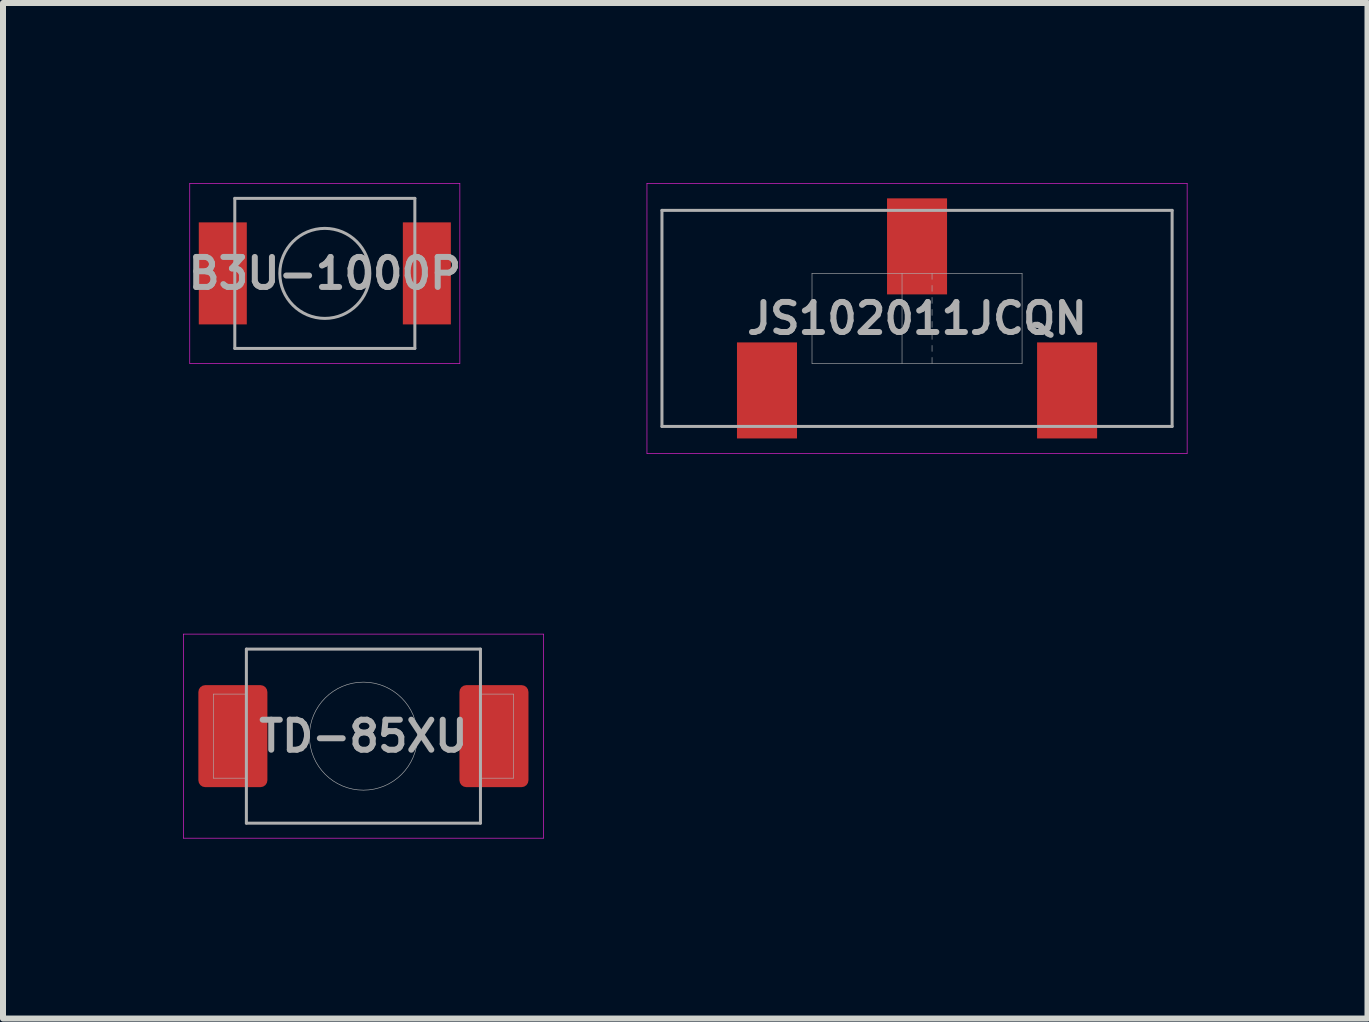
<source format=kicad_pcb>
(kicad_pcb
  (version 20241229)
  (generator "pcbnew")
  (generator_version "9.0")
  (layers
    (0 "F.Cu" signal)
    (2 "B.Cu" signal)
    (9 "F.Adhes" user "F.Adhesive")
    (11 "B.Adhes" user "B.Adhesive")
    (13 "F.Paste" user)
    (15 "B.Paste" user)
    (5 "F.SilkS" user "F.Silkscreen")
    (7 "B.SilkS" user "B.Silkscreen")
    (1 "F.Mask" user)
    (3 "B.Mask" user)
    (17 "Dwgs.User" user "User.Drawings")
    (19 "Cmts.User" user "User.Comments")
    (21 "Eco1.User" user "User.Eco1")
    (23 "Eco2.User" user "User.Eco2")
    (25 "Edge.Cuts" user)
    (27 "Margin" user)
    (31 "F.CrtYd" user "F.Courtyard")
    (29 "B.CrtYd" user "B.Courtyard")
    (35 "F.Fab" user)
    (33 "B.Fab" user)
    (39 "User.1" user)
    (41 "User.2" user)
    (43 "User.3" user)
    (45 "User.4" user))
  (footprint "TD-85XU"
    (layer "F.Cu")
    (at 3.005 9.215)
    (property "Reference" "TD-85XU" (at 0 0 0) (layer "F.Fab") (effects (font (size 0.5 0.5) (thickness 0.1))))
    (attr smd)
    (fp_line (start -3 -1.7) (end -3 1.7) (stroke (width 0.01) (type solid)) (layer "F.CrtYd"))
    (fp_line (start -3 1.7) (end 3 1.7) (stroke (width 0.01) (type solid)) (layer "F.CrtYd"))
    (fp_line (start 3 -1.7) (end -3 -1.7) (stroke (width 0.01) (type solid)) (layer "F.CrtYd"))
    (fp_line (start 3 1.7) (end 3 -1.7) (stroke (width 0.01) (type solid)) (layer "F.CrtYd"))
    (fp_line (start -2.5 -0.7) (end -2.5 0.7) (stroke (width 0.01) (type solid)) (layer "F.Fab"))
    (fp_line (start -2.5 0.7) (end -1.95 0.7) (stroke (width 0.01) (type solid)) (layer "F.Fab"))
    (fp_line (start -1.95 -1.45) (end 1.95 -1.45) (stroke (width 0.05) (type solid)) (layer "F.Fab"))
    (fp_line (start -1.95 -0.7) (end -2.5 -0.7) (stroke (width 0.01) (type solid)) (layer "F.Fab"))
    (fp_line (start -1.95 1.45) (end -1.95 -1.45) (stroke (width 0.05) (type solid)) (layer "F.Fab"))
    (fp_line (start 1.95 -1.45) (end 1.95 1.45) (stroke (width 0.05) (type solid)) (layer "F.Fab"))
    (fp_line (start 1.95 0.7) (end 2.5 0.7) (stroke (width 0.01) (type solid)) (layer "F.Fab"))
    (fp_line (start 1.95 1.45) (end -1.95 1.45) (stroke (width 0.05) (type solid)) (layer "F.Fab"))
    (fp_line (start 2.5 -0.7) (end 1.95 -0.7) (stroke (width 0.01) (type solid)) (layer "F.Fab"))
    (fp_line (start 2.5 0.7) (end 2.5 -0.7) (stroke (width 0.01) (type solid)) (layer "F.Fab"))
    (fp_circle (center 0 0) (end 0.9 0) (stroke (width 0.01) (type solid)) (fill no) (layer "F.Fab"))
    (pad "1" smd roundrect (at -2.175 0) (size 1.15 1.7) (layers "F.Cu" "F.Mask" "F.Paste") (roundrect_rratio 0.1))
    (pad "2" smd roundrect (at 2.175 0) (size 1.15 1.7) (layers "F.Cu" "F.Mask" "F.Paste") (roundrect_rratio 0.1)))
  (footprint "B3U-1000P"
    (layer "F.Cu")
    (at 2.362 1.505)
    (property "Reference" "B3U-1000P" (at 0 0 0) (layer "F.Fab") (effects (font (size 0.5 0.5) (thickness 0.1))))
    (attr smd)
    (fp_line (start -2.25 -1.5) (end -2.25 1.5) (stroke (width 0.01) (type solid)) (layer "F.CrtYd"))
    (fp_line (start -2.25 1.5) (end 2.25 1.5) (stroke (width 0.01) (type solid)) (layer "F.CrtYd"))
    (fp_line (start 2.25 -1.5) (end -2.25 -1.5) (stroke (width 0.01) (type solid)) (layer "F.CrtYd"))
    (fp_line (start 2.25 1.5) (end 2.25 -1.5) (stroke (width 0.01) (type solid)) (layer "F.CrtYd"))
    (fp_line (start -1.5 -1.25) (end 1.5 -1.25) (stroke (width 0.05) (type solid)) (layer "F.Fab"))
    (fp_line (start -1.5 1.25) (end -1.5 -1.25) (stroke (width 0.05) (type solid)) (layer "F.Fab"))
    (fp_line (start 1.5 -1.25) (end 1.5 1.25) (stroke (width 0.05) (type solid)) (layer "F.Fab"))
    (fp_line (start 1.5 1.25) (end -1.5 1.25) (stroke (width 0.05) (type solid)) (layer "F.Fab"))
    (fp_circle (center 0 0) (end 0.75 0) (stroke (width 0.05) (type solid)) (fill no) (layer "F.Fab"))
    (pad "1" smd rect (at -1.7 0) (size 0.8 1.7) (layers "F.Cu" "F.Mask" "F.Paste"))
    (pad "2" smd rect (at 1.7 0) (size 0.8 1.7) (layers "F.Cu" "F.Mask" "F.Paste")))
  (footprint "JS102011JCQN"
    (layer "F.Cu")
    (at 12.229 2.255)
    (property "Reference" "JS102011JCQN" (at 0 0 0) (layer "F.Fab") (effects (font (size 0.5 0.5) (thickness 0.1))))
    (attr smd)
    (fp_line (start -4.5 -2.25) (end -4.5 2.25) (stroke (width 0.01) (type solid)) (layer "F.CrtYd"))
    (fp_line (start -4.5 2.25) (end 4.5 2.25) (stroke (width 0.01) (type solid)) (layer "F.CrtYd"))
    (fp_line (start 4.5 -2.25) (end -4.5 -2.25) (stroke (width 0.01) (type solid)) (layer "F.CrtYd"))
    (fp_line (start 4.5 2.25) (end 4.5 -2.25) (stroke (width 0.01) (type solid)) (layer "F.CrtYd"))
    (fp_line (start -4.25 -1.8) (end -4.25 1.8) (stroke (width 0.05) (type solid)) (layer "F.Fab"))
    (fp_line (start -4.25 1.8) (end 4.25 1.8) (stroke (width 0.05) (type solid)) (layer "F.Fab"))
    (fp_line (start -1.75 -0.75) (end -1.75 0.75) (stroke (width 0.01) (type solid)) (layer "F.Fab"))
    (fp_line (start -1.75 0.75) (end 1.75 0.75) (stroke (width 0.01) (type solid)) (layer "F.Fab"))
    (fp_line (start -0.25 -0.75) (end -0.25 0.75) (stroke (width 0.01) (type solid)) (layer "F.Fab"))
    (fp_line (start 0.25 -0.75) (end 0.25 -0.65) (stroke (width 0.01) (type solid)) (layer "F.Fab"))
    (fp_line (start 0.25 -0.55) (end 0.25 -0.45) (stroke (width 0.01) (type solid)) (layer "F.Fab"))
    (fp_line (start 0.25 -0.35) (end 0.25 -0.25) (stroke (width 0.01) (type solid)) (layer "F.Fab"))
    (fp_line (start 0.25 -0.15) (end 0.25 -0.05) (stroke (width 0.01) (type solid)) (layer "F.Fab"))
    (fp_line (start 0.25 0.05) (end 0.25 0.15) (stroke (width 0.01) (type solid)) (layer "F.Fab"))
    (fp_line (start 0.25 0.25) (end 0.25 0.35) (stroke (width 0.01) (type solid)) (layer "F.Fab"))
    (fp_line (start 0.25 0.45) (end 0.25 0.55) (stroke (width 0.01) (type solid)) (layer "F.Fab"))
    (fp_line (start 0.25 0.65) (end 0.25 0.75) (stroke (width 0.01) (type solid)) (layer "F.Fab"))
    (fp_line (start 1.75 -0.75) (end -1.75 -0.75) (stroke (width 0.01) (type solid)) (layer "F.Fab"))
    (fp_line (start 1.75 0.75) (end 1.75 -0.75) (stroke (width 0.01) (type solid)) (layer "F.Fab"))
    (fp_line (start 4.25 -1.8) (end -4.25 -1.8) (stroke (width 0.05) (type solid)) (layer "F.Fab"))
    (fp_line (start 4.25 1.8) (end 4.25 -1.8) (stroke (width 0.05) (type solid)) (layer "F.Fab"))
    (pad "1" smd rect (at -2.5 1.2) (size 1 1.6) (layers "F.Cu" "F.Mask" "F.Paste"))
    (pad "2" smd rect (at 0 -1.2) (size 1 1.6) (layers "F.Cu" "F.Mask" "F.Paste"))
    (pad "3" smd rect (at 2.5 1.2) (size 1 1.6) (layers "F.Cu" "F.Mask" "F.Paste")))
  (gr_rect
    (start -3 -3)
    (end 19.734 13.92)
    (stroke (width 0.1) (type default))
    (fill no)
    (layer "Edge.Cuts")))
</source>
